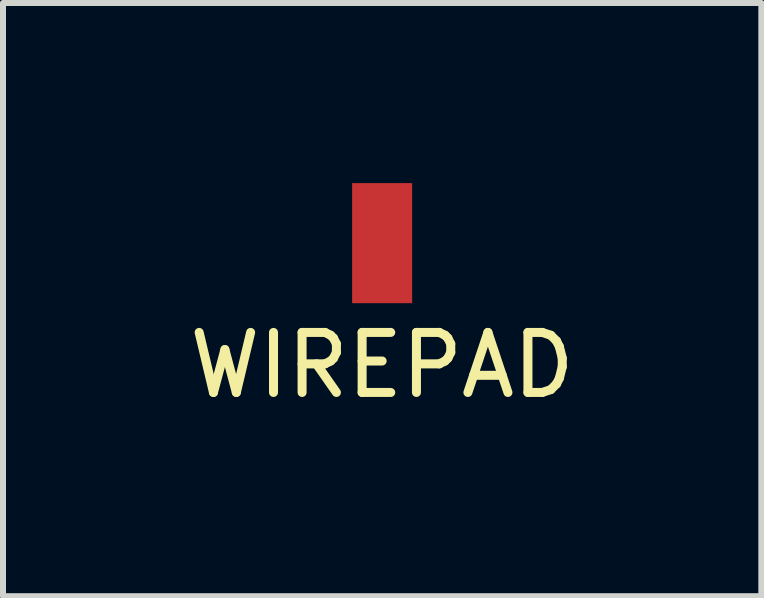
<source format=kicad_pcb>
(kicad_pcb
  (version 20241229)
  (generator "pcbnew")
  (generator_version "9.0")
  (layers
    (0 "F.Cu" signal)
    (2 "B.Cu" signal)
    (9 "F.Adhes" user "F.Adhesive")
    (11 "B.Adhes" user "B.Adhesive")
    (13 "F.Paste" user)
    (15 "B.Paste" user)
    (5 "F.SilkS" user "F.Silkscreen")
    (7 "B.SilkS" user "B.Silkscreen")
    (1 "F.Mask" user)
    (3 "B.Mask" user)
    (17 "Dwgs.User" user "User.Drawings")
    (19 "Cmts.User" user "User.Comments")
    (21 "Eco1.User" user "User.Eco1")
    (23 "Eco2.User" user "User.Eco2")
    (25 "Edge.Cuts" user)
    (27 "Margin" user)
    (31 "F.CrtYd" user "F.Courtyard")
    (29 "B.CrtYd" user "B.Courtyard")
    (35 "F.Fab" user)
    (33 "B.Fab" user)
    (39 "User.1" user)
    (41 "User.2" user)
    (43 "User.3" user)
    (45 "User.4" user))
  (footprint "WIREPAD"
    (layer "F.Cu")
    (at 3.315 1)
    (property "Reference" "WIREPAD" (at 0 2.032 0) (layer "F.SilkS") (effects (font (size 1 1) (thickness 0.15))))
    (attr through_hole)
    (pad "1" connect rect (at 0 0) (size 1 2) (layers "F.Cu" "F.Mask")))
  (gr_rect
    (start -3 -3)
    (end 9.631 6.88)
    (stroke (width 0.1) (type default))
    (fill no)
    (layer "Edge.Cuts")))
</source>
